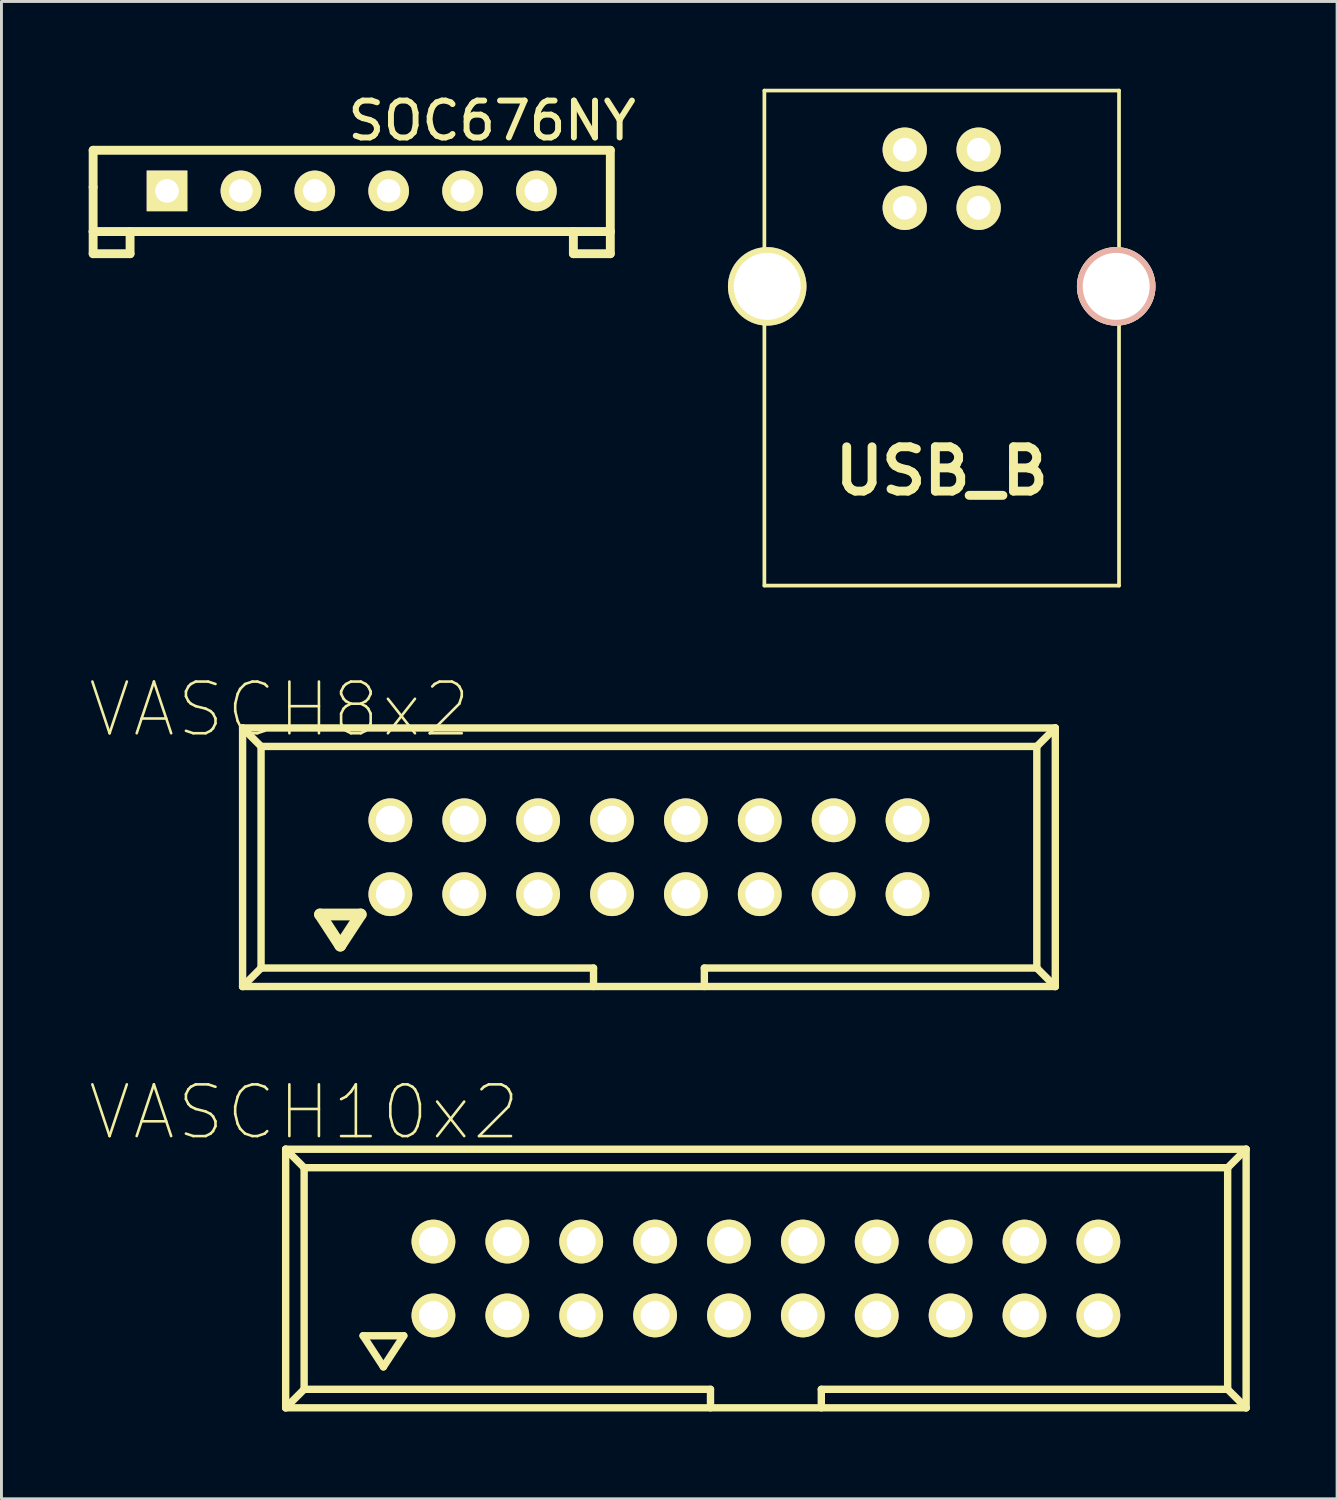
<source format=kicad_pcb>
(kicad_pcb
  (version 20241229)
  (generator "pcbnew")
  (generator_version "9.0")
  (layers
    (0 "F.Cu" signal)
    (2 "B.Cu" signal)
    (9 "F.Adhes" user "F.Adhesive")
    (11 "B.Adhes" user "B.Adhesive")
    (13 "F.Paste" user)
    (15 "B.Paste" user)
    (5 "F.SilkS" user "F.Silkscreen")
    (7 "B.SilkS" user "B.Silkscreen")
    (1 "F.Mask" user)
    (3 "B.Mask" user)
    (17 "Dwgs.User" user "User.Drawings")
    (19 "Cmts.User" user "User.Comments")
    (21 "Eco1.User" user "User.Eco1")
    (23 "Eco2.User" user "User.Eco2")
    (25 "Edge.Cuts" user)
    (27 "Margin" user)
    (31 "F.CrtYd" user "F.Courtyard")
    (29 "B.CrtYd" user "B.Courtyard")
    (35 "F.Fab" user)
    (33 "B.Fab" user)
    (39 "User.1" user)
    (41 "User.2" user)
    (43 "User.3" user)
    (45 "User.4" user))
  (footprint "VASCH10x2"
    (layer "F.Cu")
    (at 23.281 40.904)
    (property "Reference" "VASCH10x2" (at -15.875 -5.715 0) (layer "F.SilkS") (effects (font (size 1.778 1.778) (thickness 0.089))))
    (attr exclude_from_pos_files exclude_from_bom)
    (fp_line (start -16.51 -4.445) (end -16.51 4.445) (stroke (width 0.254) (type solid)) (layer "F.SilkS"))
    (fp_line (start -16.51 -4.445) (end -15.875 -3.81) (stroke (width 0.254) (type solid)) (layer "F.SilkS"))
    (fp_line (start -16.51 4.445) (end 16.51 4.445) (stroke (width 0.254) (type solid)) (layer "F.SilkS"))
    (fp_line (start -15.875 -3.81) (end -15.875 3.81) (stroke (width 0.254) (type solid)) (layer "F.SilkS"))
    (fp_line (start -15.875 -3.81) (end 15.875 -3.81) (stroke (width 0.254) (type solid)) (layer "F.SilkS"))
    (fp_line (start -15.875 3.81) (end -16.51 4.445) (stroke (width 0.254) (type solid)) (layer "F.SilkS"))
    (fp_line (start -15.875 3.81) (end -1.905 3.81) (stroke (width 0.254) (type solid)) (layer "F.SilkS"))
    (fp_line (start -13.848 1.968) (end -13.15 3.038) (stroke (width 0.254) (type solid)) (layer "F.SilkS"))
    (fp_line (start -13.15 3.038) (end -12.449 1.968) (stroke (width 0.254) (type solid)) (layer "F.SilkS"))
    (fp_line (start -12.449 1.968) (end -13.848 1.968) (stroke (width 0.254) (type solid)) (layer "F.SilkS"))
    (fp_line (start -1.905 3.81) (end -1.905 4.445) (stroke (width 0.254) (type solid)) (layer "F.SilkS"))
    (fp_line (start 1.905 3.81) (end 1.905 4.445) (stroke (width 0.254) (type solid)) (layer "F.SilkS"))
    (fp_line (start 15.875 -3.81) (end 15.875 3.81) (stroke (width 0.254) (type solid)) (layer "F.SilkS"))
    (fp_line (start 15.875 -3.81) (end 16.51 -4.445) (stroke (width 0.254) (type solid)) (layer "F.SilkS"))
    (fp_line (start 15.875 3.81) (end 1.905 3.81) (stroke (width 0.254) (type solid)) (layer "F.SilkS"))
    (fp_line (start 15.875 3.81) (end 16.51 4.445) (stroke (width 0.254) (type solid)) (layer "F.SilkS"))
    (fp_line (start 16.51 -4.445) (end -16.51 -4.445) (stroke (width 0.254) (type solid)) (layer "F.SilkS"))
    (fp_line (start 16.51 -4.445) (end 16.51 4.445) (stroke (width 0.254) (type solid)) (layer "F.SilkS"))
    (pad "1" thru_hole circle (at -11.43 1.27) (size 1.506 1.506) (drill 0.998) (layers "*.Cu" "F.Mask" "F.SilkS" "F.Paste"))
    (pad "2" thru_hole circle (at -11.43 -1.27) (size 1.506 1.506) (drill 0.998) (layers "*.Cu" "F.Mask" "F.SilkS" "F.Paste"))
    (pad "3" thru_hole circle (at -8.89 1.27) (size 1.506 1.506) (drill 0.998) (layers "*.Cu" "F.Mask" "F.SilkS" "F.Paste"))
    (pad "4" thru_hole circle (at -8.89 -1.27) (size 1.506 1.506) (drill 0.998) (layers "*.Cu" "F.Mask" "F.SilkS" "F.Paste"))
    (pad "5" thru_hole circle (at -6.35 1.27) (size 1.506 1.506) (drill 0.998) (layers "*.Cu" "F.Mask" "F.SilkS" "F.Paste"))
    (pad "6" thru_hole circle (at -6.35 -1.27) (size 1.506 1.506) (drill 0.998) (layers "*.Cu" "F.Mask" "F.SilkS" "F.Paste"))
    (pad "7" thru_hole circle (at -3.81 1.27) (size 1.506 1.506) (drill 0.998) (layers "*.Cu" "F.Mask" "F.SilkS" "F.Paste"))
    (pad "8" thru_hole circle (at -3.81 -1.27) (size 1.506 1.506) (drill 0.998) (layers "*.Cu" "F.Mask" "F.SilkS" "F.Paste"))
    (pad "9" thru_hole circle (at -1.27 1.27) (size 1.506 1.506) (drill 0.998) (layers "*.Cu" "F.Mask" "F.SilkS" "F.Paste"))
    (pad "10" thru_hole circle (at -1.27 -1.27) (size 1.506 1.506) (drill 0.998) (layers "*.Cu" "F.Mask" "F.SilkS" "F.Paste"))
    (pad "11" thru_hole circle (at 1.27 1.27) (size 1.506 1.506) (drill 0.998) (layers "*.Cu" "F.Mask" "F.SilkS" "F.Paste"))
    (pad "12" thru_hole circle (at 1.27 -1.27) (size 1.506 1.506) (drill 0.998) (layers "*.Cu" "F.Mask" "F.SilkS" "F.Paste"))
    (pad "13" thru_hole circle (at 3.81 1.27) (size 1.506 1.506) (drill 0.998) (layers "*.Cu" "F.Mask" "F.SilkS" "F.Paste"))
    (pad "14" thru_hole circle (at 3.81 -1.27) (size 1.506 1.506) (drill 0.998) (layers "*.Cu" "F.Mask" "F.SilkS" "F.Paste"))
    (pad "15" thru_hole circle (at 6.35 1.27) (size 1.506 1.506) (drill 0.998) (layers "*.Cu" "F.Mask" "F.SilkS" "F.Paste"))
    (pad "16" thru_hole circle (at 6.35 -1.27) (size 1.506 1.506) (drill 0.998) (layers "*.Cu" "F.Mask" "F.SilkS" "F.Paste"))
    (pad "17" thru_hole circle (at 8.89 1.27) (size 1.506 1.506) (drill 0.998) (layers "*.Cu" "F.Mask" "F.SilkS" "F.Paste"))
    (pad "18" thru_hole circle (at 8.89 -1.27) (size 1.506 1.506) (drill 0.998) (layers "*.Cu" "F.Mask" "F.SilkS" "F.Paste"))
    (pad "19" thru_hole circle (at 11.43 1.27) (size 1.506 1.506) (drill 0.998) (layers "*.Cu" "F.Mask" "F.SilkS" "F.Paste"))
    (pad "20" thru_hole circle (at 11.43 -1.27) (size 1.506 1.506) (drill 0.998) (layers "*.Cu" "F.Mask" "F.SilkS" "F.Paste")))
  (footprint "USB_B"
    (layer "F.Cu")
    (at 29.325 6.795)
    (property "Reference" "USB_B" (at 0 6.35 0) (layer "F.SilkS") (effects (font (size 1.524 1.524) (thickness 0.305))))
    (attr through_hole)
    (fp_line (start -6.096 -6.731) (end -6.096 10.287) (stroke (width 0.127) (type solid)) (layer "F.SilkS"))
    (fp_line (start -6.096 10.287) (end 6.096 10.287) (stroke (width 0.127) (type solid)) (layer "F.SilkS"))
    (fp_line (start 6.096 -6.731) (end -6.096 -6.731) (stroke (width 0.127) (type solid)) (layer "F.SilkS"))
    (fp_line (start 6.096 10.287) (end 6.096 -6.731) (stroke (width 0.127) (type solid)) (layer "F.SilkS"))
    (pad "" np_thru_hole circle (at 5.999 0) (size 2.7 2.7) (drill 2.301) (layers "*.Cu" "*.SilkS" "*.Mask"))
    (pad "1" thru_hole circle (at 1.27 -4.699) (size 1.524 1.524) (drill 0.813) (layers "*.Cu" "*.Mask" "F.SilkS"))
    (pad "2" thru_hole circle (at -1.27 -4.699) (size 1.524 1.524) (drill 0.813) (layers "*.Cu" "*.Mask" "F.SilkS"))
    (pad "3" thru_hole circle (at -1.27 -2.7) (size 1.524 1.524) (drill 0.813) (layers "*.Cu" "*.Mask" "F.SilkS"))
    (pad "4" thru_hole circle (at 1.27 -2.7) (size 1.524 1.524) (drill 0.813) (layers "*.Cu" "*.Mask" "F.SilkS"))
    (pad "6" thru_hole circle (at -5.999 0) (size 2.7 2.7) (drill 2.301) (layers "*.Cu" "*.Mask" "F.SilkS")))
  (footprint "VASCH8x2"
    (layer "F.Cu")
    (at 19.26 26.421)
    (property "Reference" "VASCH8x2" (at -12.7 -5.08 0) (layer "F.SilkS") (effects (font (size 1.778 1.778) (thickness 0.089))))
    (attr exclude_from_pos_files exclude_from_bom)
    (fp_line (start -13.97 -4.445) (end -13.97 4.445) (stroke (width 0.254) (type solid)) (layer "F.SilkS"))
    (fp_line (start -13.97 -4.445) (end 13.97 -4.445) (stroke (width 0.254) (type solid)) (layer "F.SilkS"))
    (fp_line (start -13.335 -3.81) (end -13.97 -4.445) (stroke (width 0.254) (type solid)) (layer "F.SilkS"))
    (fp_line (start -13.335 -3.81) (end -13.335 3.81) (stroke (width 0.254) (type solid)) (layer "F.SilkS"))
    (fp_line (start -13.335 3.81) (end -13.97 4.445) (stroke (width 0.254) (type solid)) (layer "F.SilkS"))
    (fp_line (start -13.335 3.81) (end -1.905 3.81) (stroke (width 0.254) (type solid)) (layer "F.SilkS"))
    (fp_line (start -11.308 1.968) (end -10.61 3.038) (stroke (width 0.406) (type solid)) (layer "F.SilkS"))
    (fp_line (start -10.61 3.038) (end -9.909 1.968) (stroke (width 0.406) (type solid)) (layer "F.SilkS"))
    (fp_line (start -9.909 1.968) (end -11.308 1.968) (stroke (width 0.406) (type solid)) (layer "F.SilkS"))
    (fp_line (start -1.905 3.81) (end -1.905 4.445) (stroke (width 0.254) (type solid)) (layer "F.SilkS"))
    (fp_line (start 1.905 3.81) (end 13.335 3.81) (stroke (width 0.254) (type solid)) (layer "F.SilkS"))
    (fp_line (start 1.905 4.445) (end 1.905 3.81) (stroke (width 0.254) (type solid)) (layer "F.SilkS"))
    (fp_line (start 13.335 -3.81) (end -13.335 -3.81) (stroke (width 0.254) (type solid)) (layer "F.SilkS"))
    (fp_line (start 13.335 -3.81) (end 13.97 -4.445) (stroke (width 0.254) (type solid)) (layer "F.SilkS"))
    (fp_line (start 13.335 3.81) (end 13.335 -3.81) (stroke (width 0.254) (type solid)) (layer "F.SilkS"))
    (fp_line (start 13.335 3.81) (end 13.97 4.445) (stroke (width 0.254) (type solid)) (layer "F.SilkS"))
    (fp_line (start 13.97 -4.445) (end 13.97 4.445) (stroke (width 0.254) (type solid)) (layer "F.SilkS"))
    (fp_line (start 13.97 4.445) (end -13.97 4.445) (stroke (width 0.254) (type solid)) (layer "F.SilkS"))
    (pad "1" thru_hole circle (at -8.89 1.27) (size 1.506 1.506) (drill 0.998) (layers "*.Cu" "F.Mask" "F.SilkS" "F.Paste"))
    (pad "2" thru_hole circle (at -8.89 -1.27) (size 1.506 1.506) (drill 0.998) (layers "*.Cu" "F.Mask" "F.SilkS" "F.Paste"))
    (pad "3" thru_hole circle (at -6.35 1.27) (size 1.506 1.506) (drill 0.998) (layers "*.Cu" "F.Mask" "F.SilkS" "F.Paste"))
    (pad "4" thru_hole circle (at -6.35 -1.27) (size 1.506 1.506) (drill 0.998) (layers "*.Cu" "F.Mask" "F.SilkS" "F.Paste"))
    (pad "5" thru_hole circle (at -3.81 1.27) (size 1.506 1.506) (drill 0.998) (layers "*.Cu" "F.Mask" "F.SilkS" "F.Paste"))
    (pad "6" thru_hole circle (at -3.81 -1.27) (size 1.506 1.506) (drill 0.998) (layers "*.Cu" "F.Mask" "F.SilkS" "F.Paste"))
    (pad "7" thru_hole circle (at -1.27 1.27) (size 1.506 1.506) (drill 0.998) (layers "*.Cu" "F.Mask" "F.SilkS" "F.Paste"))
    (pad "8" thru_hole circle (at -1.27 -1.27) (size 1.506 1.506) (drill 0.998) (layers "*.Cu" "F.Mask" "F.SilkS" "F.Paste"))
    (pad "9" thru_hole circle (at 1.27 1.27) (size 1.506 1.506) (drill 0.998) (layers "*.Cu" "F.Mask" "F.SilkS" "F.Paste"))
    (pad "10" thru_hole circle (at 1.27 -1.27) (size 1.506 1.506) (drill 0.998) (layers "*.Cu" "F.Mask" "F.SilkS" "F.Paste"))
    (pad "11" thru_hole circle (at 3.81 1.27) (size 1.506 1.506) (drill 0.998) (layers "*.Cu" "F.Mask" "F.SilkS" "F.Paste"))
    (pad "12" thru_hole circle (at 3.81 -1.27) (size 1.506 1.506) (drill 0.998) (layers "*.Cu" "F.Mask" "F.SilkS" "F.Paste"))
    (pad "13" thru_hole circle (at 6.35 1.27) (size 1.506 1.506) (drill 0.998) (layers "*.Cu" "F.Mask" "F.SilkS" "F.Paste"))
    (pad "14" thru_hole circle (at 6.35 -1.27) (size 1.506 1.506) (drill 0.998) (layers "*.Cu" "F.Mask" "F.SilkS" "F.Paste"))
    (pad "15" thru_hole circle (at 8.89 1.27) (size 1.506 1.506) (drill 0.998) (layers "*.Cu" "F.Mask" "F.SilkS" "F.Paste"))
    (pad "16" thru_hole circle (at 8.89 -1.27) (size 1.506 1.506) (drill 0.998) (layers "*.Cu" "F.Mask" "F.SilkS" "F.Paste")))
  (footprint "SOC676NY"
    (layer "F.Cu")
    (at 9.042 3.513)
    (property "Reference" "SOC676NY" (at 4.826 -2.413 0) (layer "F.SilkS") (effects (font (size 1.27 1.27) (thickness 0.203))))
    (attr through_hole)
    (fp_line (start -8.89 -1.397) (end -8.89 -0.127) (stroke (width 0.305) (type solid)) (layer "F.SilkS"))
    (fp_line (start -8.89 -0.127) (end -8.89 1.397) (stroke (width 0.305) (type solid)) (layer "F.SilkS"))
    (fp_line (start -8.89 1.397) (end -8.89 2.159) (stroke (width 0.305) (type solid)) (layer "F.SilkS"))
    (fp_line (start -8.89 1.397) (end 8.89 1.397) (stroke (width 0.305) (type solid)) (layer "F.SilkS"))
    (fp_line (start -8.89 2.159) (end -7.62 2.159) (stroke (width 0.305) (type solid)) (layer "F.SilkS"))
    (fp_line (start -7.62 2.159) (end -7.62 1.397) (stroke (width 0.305) (type solid)) (layer "F.SilkS"))
    (fp_line (start 7.62 1.397) (end 7.62 2.159) (stroke (width 0.305) (type solid)) (layer "F.SilkS"))
    (fp_line (start 7.62 2.159) (end 8.89 2.159) (stroke (width 0.305) (type solid)) (layer "F.SilkS"))
    (fp_line (start 8.89 -1.397) (end -8.89 -1.397) (stroke (width 0.305) (type solid)) (layer "F.SilkS"))
    (fp_line (start 8.89 1.397) (end 8.89 -1.397) (stroke (width 0.305) (type solid)) (layer "F.SilkS"))
    (fp_line (start 8.89 2.159) (end 8.89 1.397) (stroke (width 0.305) (type solid)) (layer "F.SilkS"))
    (pad "1" thru_hole rect (at -6.35 0) (size 1.397 1.397) (drill 0.813) (layers "*.Cu" "*.Mask" "F.SilkS"))
    (pad "2" thru_hole circle (at -3.81 0) (size 1.397 1.397) (drill 0.813) (layers "*.Cu" "*.Mask" "F.SilkS"))
    (pad "3" thru_hole circle (at -1.27 0) (size 1.397 1.397) (drill 0.813) (layers "*.Cu" "*.Mask" "F.SilkS"))
    (pad "4" thru_hole circle (at 1.27 0) (size 1.397 1.397) (drill 0.813) (layers "*.Cu" "*.Mask" "F.SilkS"))
    (pad "5" thru_hole circle (at 3.81 0) (size 1.397 1.397) (drill 0.813) (layers "*.Cu" "*.Mask" "F.SilkS"))
    (pad "6" thru_hole circle (at 6.35 0) (size 1.397 1.397) (drill 0.813) (layers "*.Cu" "*.Mask" "F.SilkS")))
  (gr_rect
    (start -3 -3)
    (end 42.918 48.476)
    (stroke (width 0.1) (type default))
    (fill no)
    (layer "Edge.Cuts")))
</source>
